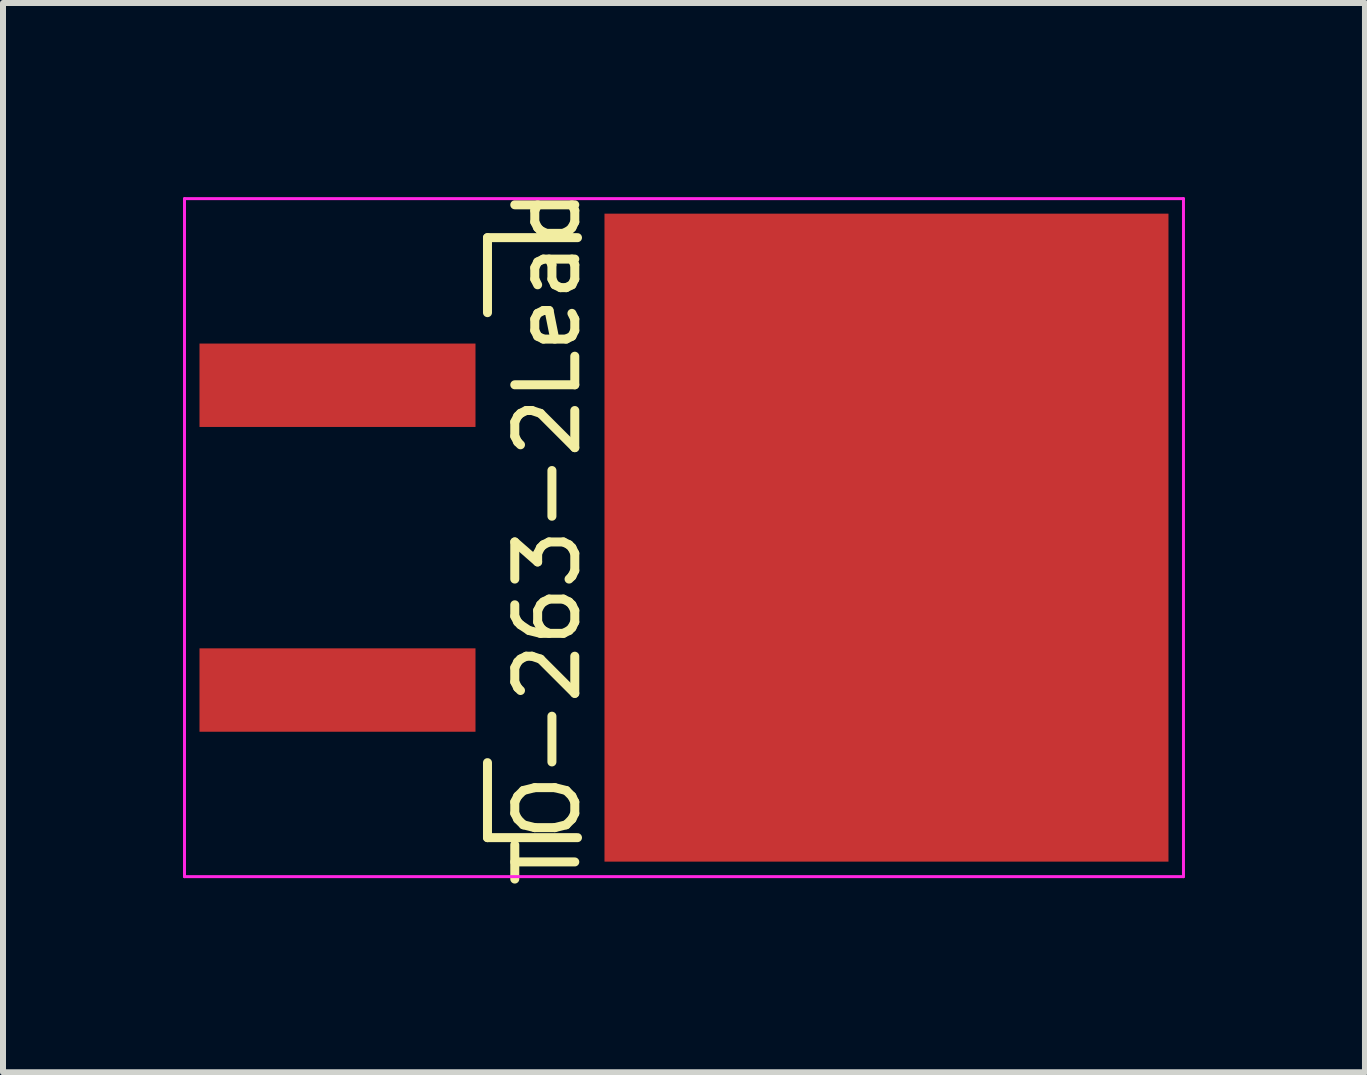
<source format=kicad_pcb>
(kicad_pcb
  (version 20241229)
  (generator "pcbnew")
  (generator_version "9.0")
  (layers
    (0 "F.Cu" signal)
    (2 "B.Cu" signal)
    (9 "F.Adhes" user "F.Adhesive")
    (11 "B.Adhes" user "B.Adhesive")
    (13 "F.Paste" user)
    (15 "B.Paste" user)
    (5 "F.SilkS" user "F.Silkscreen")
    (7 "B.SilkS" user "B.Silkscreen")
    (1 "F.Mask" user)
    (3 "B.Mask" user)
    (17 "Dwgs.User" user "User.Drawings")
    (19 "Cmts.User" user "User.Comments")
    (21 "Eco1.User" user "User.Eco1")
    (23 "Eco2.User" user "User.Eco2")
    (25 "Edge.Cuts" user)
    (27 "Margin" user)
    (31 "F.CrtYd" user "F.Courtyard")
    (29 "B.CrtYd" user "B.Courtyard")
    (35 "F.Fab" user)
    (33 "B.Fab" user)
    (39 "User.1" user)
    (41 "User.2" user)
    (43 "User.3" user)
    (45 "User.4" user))
  (footprint "TO-263-2Lead"
    (layer "F.Cu")
    (at 2.575 5.911)
    (property "Reference" "TO-263-2Lead" (at 3.5 0 90) (layer "F.SilkS") (effects (font (size 1 1) (thickness 0.15))))
    (attr smd)
    (fp_line (start 2.5 -5) (end 2.5 -3.75) (stroke (width 0.15) (type solid)) (layer "F.SilkS"))
    (fp_line (start 2.5 -5) (end 4 -5) (stroke (width 0.15) (type solid)) (layer "F.SilkS"))
    (fp_line (start 2.5 5) (end 2.5 3.75) (stroke (width 0.15) (type solid)) (layer "F.SilkS"))
    (fp_line (start 2.5 5) (end 4 5) (stroke (width 0.15) (type solid)) (layer "F.SilkS"))
    (fp_line (start -2.55 -5.65) (end -2.55 5.65) (stroke (width 0.05) (type solid)) (layer "F.CrtYd"))
    (fp_line (start 14.1 -5.65) (end -2.55 -5.65) (stroke (width 0.05) (type solid)) (layer "F.CrtYd"))
    (fp_line (start 14.1 -5.65) (end 14.1 5.65) (stroke (width 0.05) (type solid)) (layer "F.CrtYd"))
    (fp_line (start 14.1 5.65) (end -2.55 5.65) (stroke (width 0.05) (type solid)) (layer "F.CrtYd"))
    (pad "1" smd rect (at 0 -2.54) (size 4.6 1.39) (layers "F.Cu" "F.Mask" "F.Paste"))
    (pad "2" smd rect (at 9.15 0) (size 9.4 10.8) (layers "F.Cu" "F.Mask" "F.Paste"))
    (pad "3" smd rect (at 0 2.54) (size 4.6 1.39) (layers "F.Cu" "F.Mask" "F.Paste")))
  (gr_rect
    (start -3 -3)
    (end 19.7 14.821)
    (stroke (width 0.1) (type default))
    (fill no)
    (layer "Edge.Cuts")))
</source>
